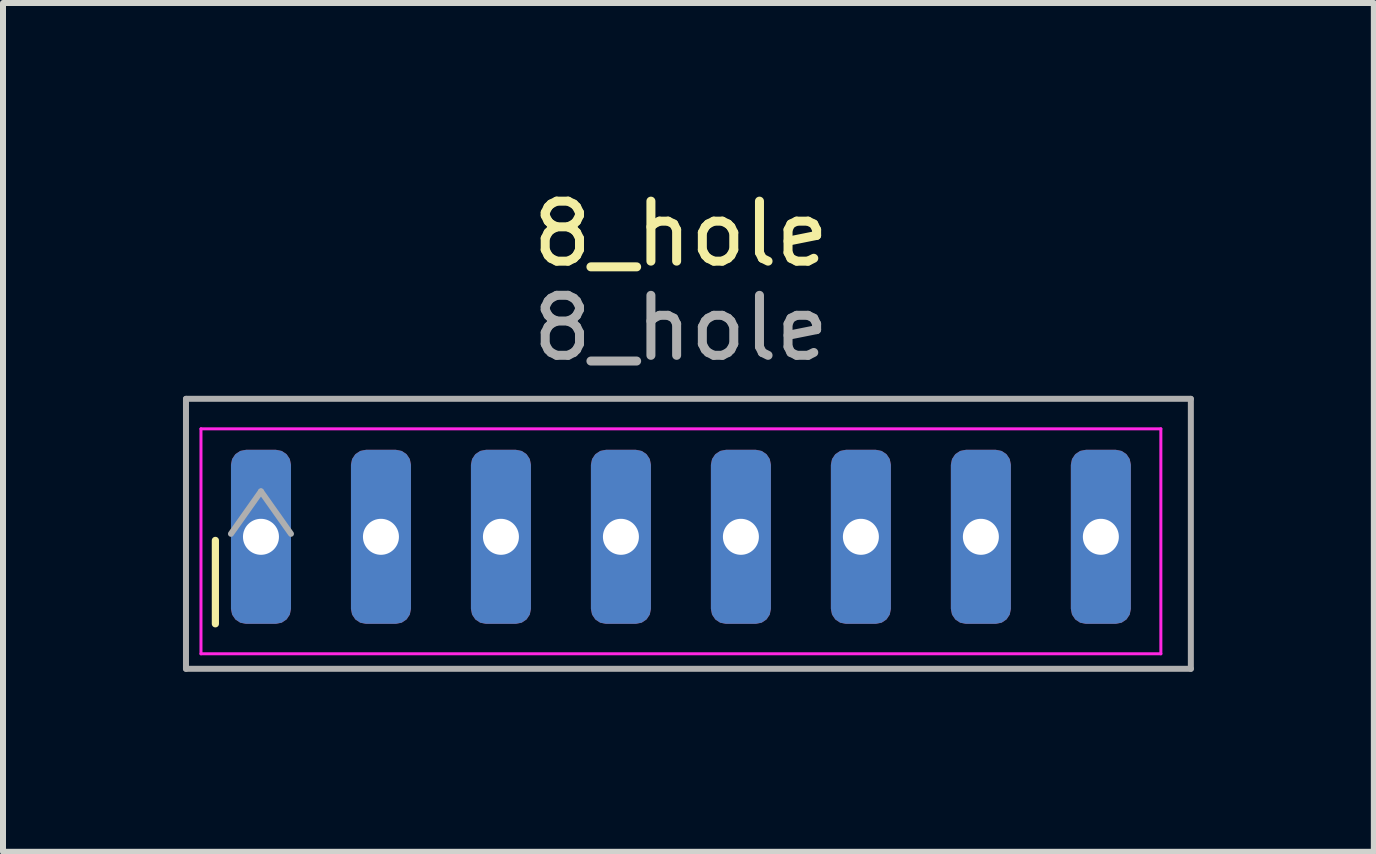
<source format=kicad_pcb>
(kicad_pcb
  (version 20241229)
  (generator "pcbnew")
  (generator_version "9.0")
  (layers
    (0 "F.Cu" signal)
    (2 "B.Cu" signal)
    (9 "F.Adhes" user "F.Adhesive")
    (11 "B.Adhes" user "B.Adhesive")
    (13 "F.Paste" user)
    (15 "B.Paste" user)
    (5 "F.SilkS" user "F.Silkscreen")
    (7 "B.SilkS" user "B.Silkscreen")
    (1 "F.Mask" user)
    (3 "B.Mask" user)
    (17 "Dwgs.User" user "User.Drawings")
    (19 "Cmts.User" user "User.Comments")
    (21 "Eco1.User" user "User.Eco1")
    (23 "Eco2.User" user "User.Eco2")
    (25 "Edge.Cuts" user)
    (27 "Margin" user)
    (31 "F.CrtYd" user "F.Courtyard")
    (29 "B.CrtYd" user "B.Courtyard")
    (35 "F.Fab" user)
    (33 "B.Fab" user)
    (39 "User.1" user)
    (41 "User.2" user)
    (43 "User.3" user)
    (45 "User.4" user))
  (footprint "8_hole"
    (layer "F.Cu")
    (at 8.3 5.848)
    (property "Reference" "8_hole" (at 0 -5 0) (layer "F.SilkS") (effects (font (size 1 1) (thickness 0.15))))
    (attr smd)
    (fp_line (start -7.76 0.11) (end -7.76 1.5) (stroke (width 0.12) (type solid)) (layer "F.SilkS"))
    (fp_line (start -8 -1.75) (end -8 2) (stroke (width 0.05) (type solid)) (layer "F.CrtYd"))
    (fp_line (start -8 2) (end 8 2) (stroke (width 0.05) (type solid)) (layer "F.CrtYd"))
    (fp_line (start 8 -1.75) (end -8 -1.75) (stroke (width 0.05) (type solid)) (layer "F.CrtYd"))
    (fp_line (start 8 2) (end 8 -1.75) (stroke (width 0.05) (type solid)) (layer "F.CrtYd"))
    (fp_line (start -8.25 -2.25) (end 8.5 -2.25) (stroke (width 0.1) (type solid)) (layer "F.Fab"))
    (fp_line (start -8.25 2.25) (end -8.25 -2.25) (stroke (width 0.1) (type solid)) (layer "F.Fab"))
    (fp_line (start -8.25 2.25) (end 8.5 2.25) (stroke (width 0.1) (type solid)) (layer "F.Fab"))
    (fp_line (start -7.5 0) (end -7 -0.707) (stroke (width 0.1) (type solid)) (layer "F.Fab"))
    (fp_line (start -7 -0.707) (end -6.5 0) (stroke (width 0.1) (type solid)) (layer "F.Fab"))
    (fp_line (start 8.5 2.25) (end 8.5 -2.25) (stroke (width 0.1) (type solid)) (layer "F.Fab"))
    (fp_text user "${REFERENCE}" (at 0 -3.43 0) (layer "F.Fab") (effects (font (size 1 1) (thickness 0.15))))
    (pad "1" thru_hole roundrect (at -7 0.05) (size 1 2.9) (drill 0.6) (layers "*.Cu" "*.Mask") (roundrect_rratio 0.25))
    (pad "2" thru_hole roundrect (at -5 0.05) (size 1 2.9) (drill 0.6) (layers "*.Cu" "*.Mask") (roundrect_rratio 0.25))
    (pad "3" thru_hole roundrect (at -3 0.05) (size 1 2.9) (drill 0.6) (layers "*.Cu" "*.Mask") (roundrect_rratio 0.25))
    (pad "4" thru_hole roundrect (at -1 0.05) (size 1 2.9) (drill 0.6) (layers "*.Cu" "*.Mask") (roundrect_rratio 0.25))
    (pad "5" thru_hole roundrect (at 1 0.05) (size 1 2.9) (drill 0.6) (layers "*.Cu" "*.Mask") (roundrect_rratio 0.25))
    (pad "6" thru_hole roundrect (at 3 0.05) (size 1 2.9) (drill 0.6) (layers "*.Cu" "*.Mask") (roundrect_rratio 0.25))
    (pad "7" thru_hole roundrect (at 5 0.05) (size 1 2.9) (drill 0.6) (layers "*.Cu" "*.Mask") (roundrect_rratio 0.25))
    (pad "8" thru_hole roundrect (at 7 0.05) (size 1 2.9) (drill 0.6) (layers "*.Cu" "*.Mask") (roundrect_rratio 0.25)))
  (gr_rect
    (start -3 -3)
    (end 19.85 11.148)
    (stroke (width 0.1) (type default))
    (fill no)
    (layer "Edge.Cuts")))
</source>
